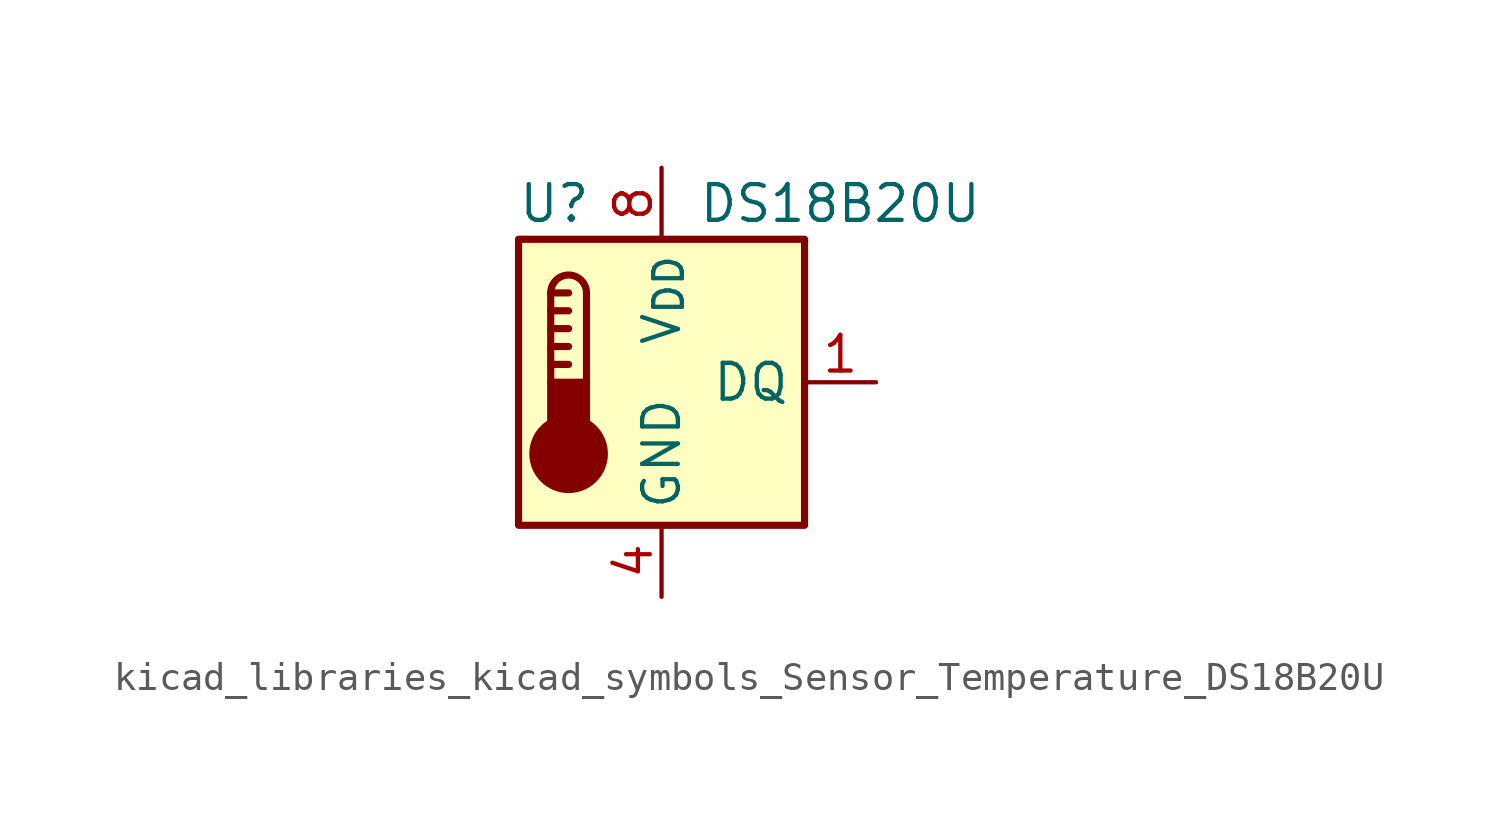
<source format=kicad_sym>
(kicad_symbol_lib
  (version 20220914)
  (generator kicad_symbol_editor)
  (symbol "kicad_libraries_kicad_symbols_Sensor_Temperature_DS18B20U"
    (property "Reference" "U"
      (at -3.81 6.35 0)
      (effects (font (size 1.27 1.27))))
    (property "Value" "DS18B20U"
      (at 6.35 6.35 0)
      (effects (font (size 1.27 1.27))))
    (symbol "kicad_libraries_kicad_symbols_Sensor_Temperature_DS18B20U_0_1"
      (rectangle (start -5.08 5.08) (end 5.08 -5.08) (stroke (width 0.254) (type default)) (fill (type background)))
      (circle (center -3.302 -2.54) (radius 1.27) (stroke (width 0.254) (type default)) (fill (type outline)))
      (rectangle (start -2.667 -1.905) (end -3.937 0) (stroke (width 0.254) (type default)) (fill (type outline)))
      (arc (start -2.667 3.175) (mid -3.302 3.8073) (end -3.937 3.175) (stroke (width 0.254) (type default)) (fill (type none)))
      (polyline (pts (xy -3.937 0.635) (xy -3.302 0.635)) (stroke (width 0.254) (type default)) (fill (type none)))
      (polyline (pts (xy -3.937 1.27) (xy -3.302 1.27)) (stroke (width 0.254) (type default)) (fill (type none)))
      (polyline (pts (xy -3.937 1.905) (xy -3.302 1.905)) (stroke (width 0.254) (type default)) (fill (type none)))
      (polyline (pts (xy -3.937 2.54) (xy -3.302 2.54)) (stroke (width 0.254) (type default)) (fill (type none)))
      (polyline (pts (xy -3.937 3.175) (xy -3.937 0)) (stroke (width 0.254) (type default)) (fill (type none)))
      (polyline (pts (xy -3.937 3.175) (xy -3.302 3.175)) (stroke (width 0.254) (type default)) (fill (type none)))
      (polyline (pts (xy -2.667 3.175) (xy -2.667 0)) (stroke (width 0.254) (type default)) (fill (type none))))
    (symbol "kicad_libraries_kicad_symbols_Sensor_Temperature_DS18B20U_1_1"
      (pin bidirectional line (at 7.62 0 180) (length 2.54) (name "DQ" (effects (font (size 1.27 1.27)))) (number "1" (effects (font (size 1.27 1.27)))))
      (pin no_connect line (at -5.08 2.54 0) (length 2.54) hide (name "NC" (effects (font (size 1.27 1.27)))) (number "2" (effects (font (size 1.27 1.27)))))
      (pin no_connect line (at -5.08 0 0) (length 2.54) hide (name "NC" (effects (font (size 1.27 1.27)))) (number "3" (effects (font (size 1.27 1.27)))))
      (pin power_in line (at 0 -7.62 90) (length 2.54) (name "GND" (effects (font (size 1.27 1.27)))) (number "4" (effects (font (size 1.27 1.27)))))
      (pin no_connect line (at -5.08 -2.54 0) (length 2.54) hide (name "NC" (effects (font (size 1.27 1.27)))) (number "5" (effects (font (size 1.27 1.27)))))
      (pin no_connect line (at 5.08 2.54 180) (length 2.54) hide (name "NC" (effects (font (size 1.27 1.27)))) (number "6" (effects (font (size 1.27 1.27)))))
      (pin no_connect line (at 5.08 -2.54 180) (length 2.54) hide (name "NC" (effects (font (size 1.27 1.27)))) (number "7" (effects (font (size 1.27 1.27)))))
      (pin power_in line (at 0 7.62 270) (length 2.54) (name "V_{DD}" (effects (font (size 1.27 1.27)))) (number "8" (effects (font (size 1.27 1.27))))))))
</source>
